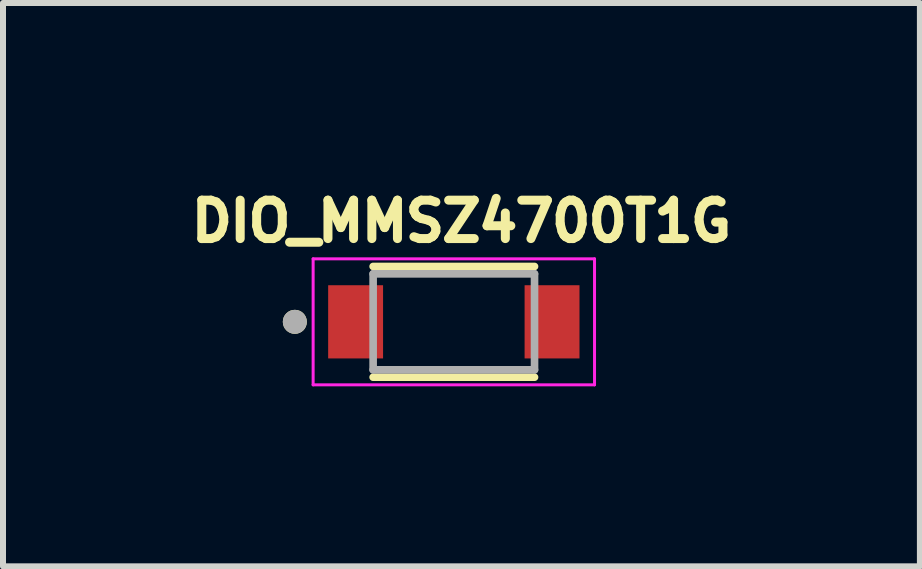
<source format=kicad_pcb>
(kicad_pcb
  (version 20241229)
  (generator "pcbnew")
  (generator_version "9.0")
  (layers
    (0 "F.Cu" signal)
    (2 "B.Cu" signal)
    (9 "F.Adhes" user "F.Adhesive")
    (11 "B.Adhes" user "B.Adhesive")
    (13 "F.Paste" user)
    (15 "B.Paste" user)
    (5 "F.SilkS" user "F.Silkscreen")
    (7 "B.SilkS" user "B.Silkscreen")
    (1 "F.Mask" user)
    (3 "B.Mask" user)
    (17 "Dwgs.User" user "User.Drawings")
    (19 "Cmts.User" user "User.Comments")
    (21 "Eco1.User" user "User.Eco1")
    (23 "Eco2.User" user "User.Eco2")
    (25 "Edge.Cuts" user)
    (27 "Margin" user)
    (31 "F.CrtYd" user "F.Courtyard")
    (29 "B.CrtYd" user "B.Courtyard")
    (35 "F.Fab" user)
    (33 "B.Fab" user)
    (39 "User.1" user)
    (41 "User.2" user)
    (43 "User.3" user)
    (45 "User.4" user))
  (footprint "DIO_MMSZ4700T1G"
    (layer "F.Cu")
    (at 4.514 2.314)
    (property "Reference" "DIO_MMSZ4700T1G" (at 0.127 -1.676 0) (layer "F.SilkS") (effects (font (size 0.64 0.64) (thickness 0.15))))
    (attr smd)
    (fp_line (start -1.345 -0.923) (end 1.345 -0.923) (stroke (width 0.127) (type solid)) (layer "F.SilkS"))
    (fp_line (start 1.345 0.923) (end -1.345 0.923) (stroke (width 0.127) (type solid)) (layer "F.SilkS"))
    (fp_circle (center -2.65 0) (end -2.55 0) (stroke (width 0.2) (type solid)) (fill no) (layer "F.SilkS"))
    (fp_line (start -2.345 -1.05) (end 2.345 -1.05) (stroke (width 0.05) (type solid)) (layer "F.CrtYd"))
    (fp_line (start -2.345 1.05) (end -2.345 -1.05) (stroke (width 0.05) (type solid)) (layer "F.CrtYd"))
    (fp_line (start 2.345 -1.05) (end 2.345 1.05) (stroke (width 0.05) (type solid)) (layer "F.CrtYd"))
    (fp_line (start 2.345 1.05) (end -2.345 1.05) (stroke (width 0.05) (type solid)) (layer "F.CrtYd"))
    (fp_line (start -1.345 -0.8) (end 1.345 -0.8) (stroke (width 0.127) (type solid)) (layer "F.Fab"))
    (fp_line (start -1.345 0.8) (end -1.345 -0.8) (stroke (width 0.127) (type solid)) (layer "F.Fab"))
    (fp_line (start 1.345 -0.8) (end 1.345 0.8) (stroke (width 0.127) (type solid)) (layer "F.Fab"))
    (fp_line (start 1.345 0.8) (end -1.345 0.8) (stroke (width 0.127) (type solid)) (layer "F.Fab"))
    (fp_circle (center -2.65 0) (end -2.55 0) (stroke (width 0.2) (type solid)) (fill no) (layer "F.Fab"))
    (pad "A" smd rect (at 1.637 0) (size 0.915 1.22) (layers "F.Cu" "F.Mask" "F.Paste"))
    (pad "K" smd rect (at -1.637 0) (size 0.915 1.22) (layers "F.Cu" "F.Mask" "F.Paste")))
  (gr_rect
    (start -3 -3)
    (end 12.282 6.389)
    (stroke (width 0.1) (type default))
    (fill no)
    (layer "Edge.Cuts")))
</source>
